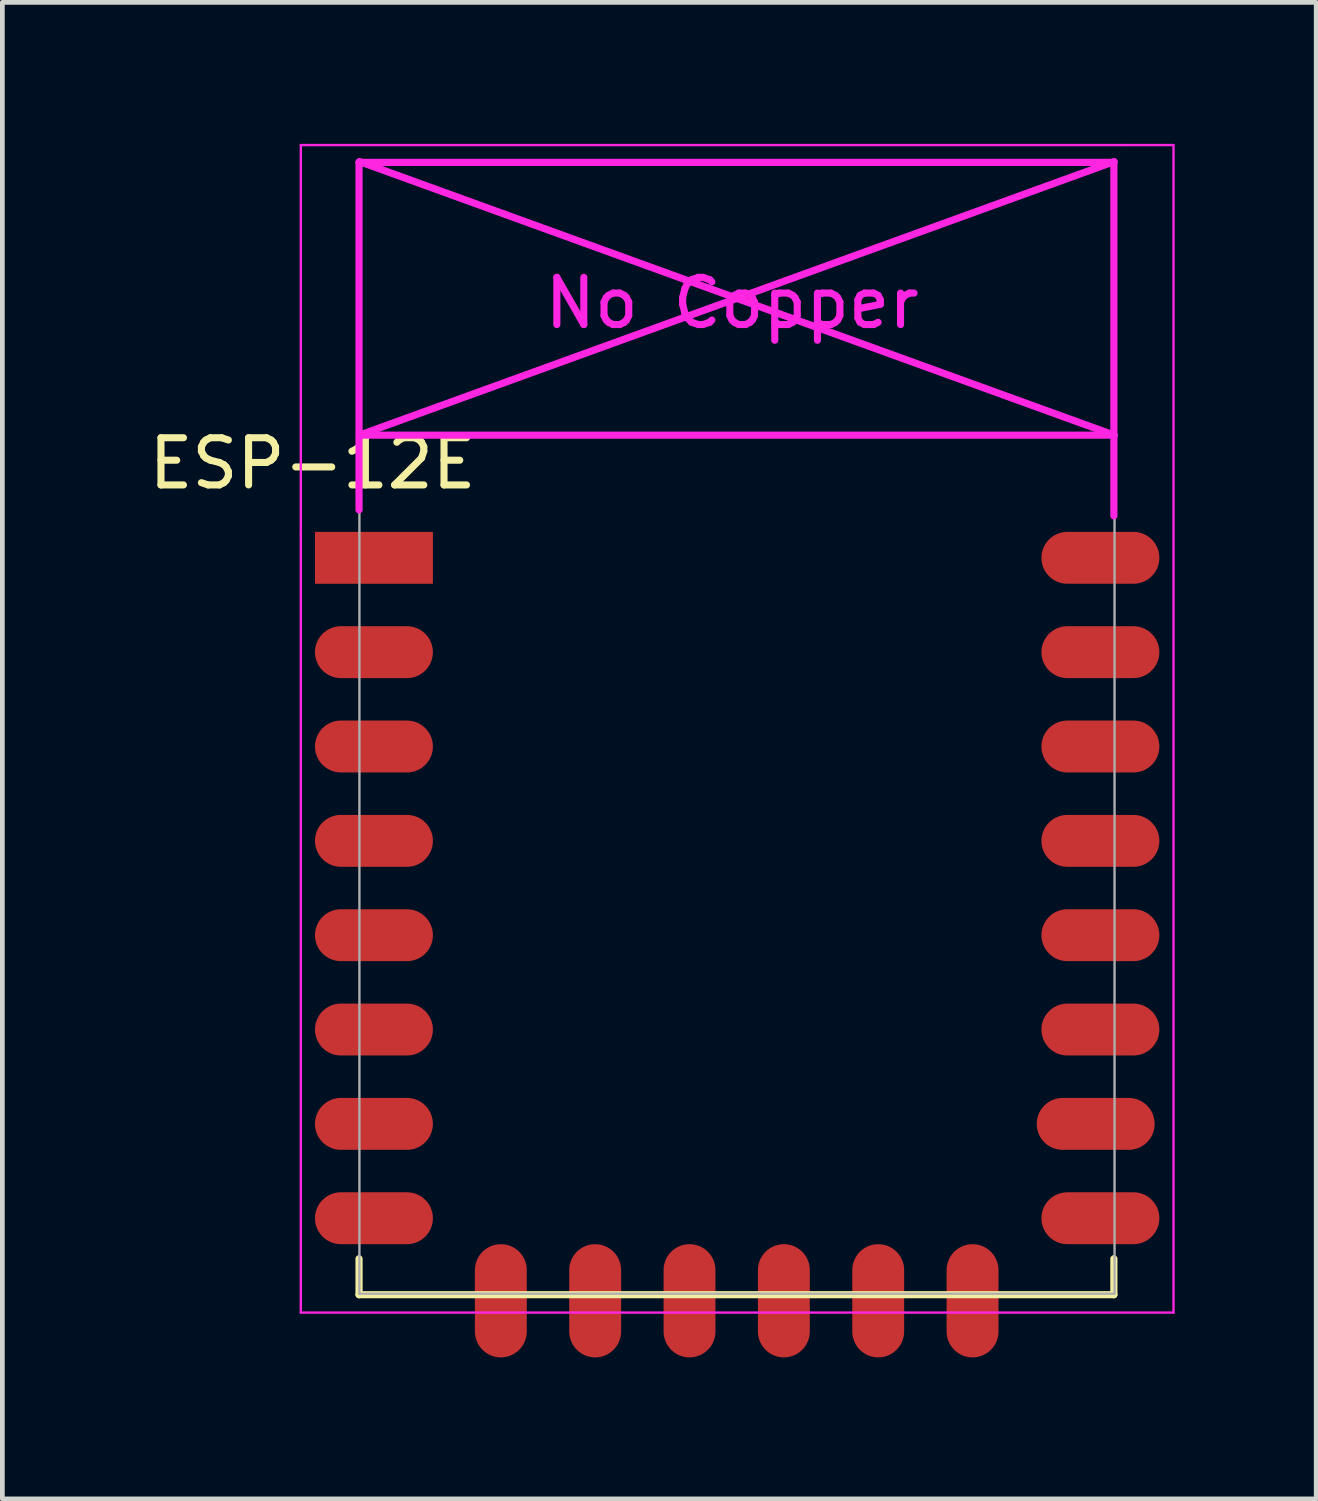
<source format=kicad_pcb>
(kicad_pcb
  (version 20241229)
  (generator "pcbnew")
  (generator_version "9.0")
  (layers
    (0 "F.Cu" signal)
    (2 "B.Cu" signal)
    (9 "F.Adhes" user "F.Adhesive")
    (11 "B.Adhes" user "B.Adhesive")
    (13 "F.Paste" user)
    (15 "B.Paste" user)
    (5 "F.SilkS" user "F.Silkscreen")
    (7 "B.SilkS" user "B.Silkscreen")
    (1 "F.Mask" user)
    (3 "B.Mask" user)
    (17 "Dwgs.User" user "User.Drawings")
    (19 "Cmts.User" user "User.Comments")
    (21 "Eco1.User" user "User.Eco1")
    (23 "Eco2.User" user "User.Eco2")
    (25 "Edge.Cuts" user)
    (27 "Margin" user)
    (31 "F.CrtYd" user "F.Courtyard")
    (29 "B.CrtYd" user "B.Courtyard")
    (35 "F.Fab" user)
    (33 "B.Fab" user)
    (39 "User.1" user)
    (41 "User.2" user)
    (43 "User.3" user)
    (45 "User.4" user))
  (footprint "ESP-12E"
    (layer "F.Cu")
    (at 5.577 8.775)
    (property "Reference" "ESP-12E" (at -2 -2 0) (layer "F.SilkS") (effects (font (size 1 1) (thickness 0.15))))
    (attr through_hole)
    (fp_line (start -1.016 14.859) (end -1.016 15.621) (stroke (width 0.152) (type solid)) (layer "F.SilkS"))
    (fp_line (start -1.016 15.621) (end 14.986 15.621) (stroke (width 0.152) (type solid)) (layer "F.SilkS"))
    (fp_line (start 14.986 15.621) (end 14.986 14.859) (stroke (width 0.152) (type solid)) (layer "F.SilkS"))
    (fp_line (start -2.25 -8.75) (end 15.25 -8.75) (stroke (width 0.05) (type solid)) (layer "F.CrtYd"))
    (fp_line (start -2.25 -0.5) (end -2.25 -8.75) (stroke (width 0.05) (type solid)) (layer "F.CrtYd"))
    (fp_line (start -2.25 16) (end -2.25 -0.5) (stroke (width 0.05) (type solid)) (layer "F.CrtYd"))
    (fp_line (start -1.016 -8.382) (end -1.016 -1.016) (stroke (width 0.152) (type solid)) (layer "F.CrtYd"))
    (fp_line (start -1.016 -8.382) (end 14.986 -8.382) (stroke (width 0.152) (type solid)) (layer "F.CrtYd"))
    (fp_line (start -1.008 -8.4) (end 14.992 -2.6) (stroke (width 0.152) (type solid)) (layer "F.CrtYd"))
    (fp_line (start -1.008 -2.6) (end 14.992 -2.6) (stroke (width 0.152) (type solid)) (layer "F.CrtYd"))
    (fp_line (start 14.986 -8.382) (end 14.986 -0.889) (stroke (width 0.152) (type solid)) (layer "F.CrtYd"))
    (fp_line (start 14.992 -8.4) (end -1.008 -2.6) (stroke (width 0.152) (type solid)) (layer "F.CrtYd"))
    (fp_line (start 15.25 -8.75) (end 16.25 -8.75) (stroke (width 0.05) (type solid)) (layer "F.CrtYd"))
    (fp_line (start 16.25 -8.75) (end 16.25 16) (stroke (width 0.05) (type solid)) (layer "F.CrtYd"))
    (fp_line (start 16.25 16) (end -2.25 16) (stroke (width 0.05) (type solid)) (layer "F.CrtYd"))
    (fp_line (start -1.008 -8.4) (end 14.992 -8.4) (stroke (width 0.05) (type solid)) (layer "F.Fab"))
    (fp_line (start -1.008 15.6) (end -1.008 -8.4) (stroke (width 0.05) (type solid)) (layer "F.Fab"))
    (fp_line (start 14.992 15.6) (end -1.008 15.6) (stroke (width 0.05) (type solid)) (layer "F.Fab"))
    (fp_line (start 15 -8.4) (end 15 15.6) (stroke (width 0.05) (type solid)) (layer "F.Fab"))
    (fp_text user "No Copper" (at 6.892 -5.4 0) (layer "F.CrtYd") (effects (font (size 1 1) (thickness 0.15))))
    (pad "1" smd rect (at 0 0) (size 2.5 1.1) (drill (offset -0.7 0)) (layers "F.Cu" "F.Mask" "F.Paste"))
    (pad "2" smd oval (at 0 2) (size 2.5 1.1) (drill (offset -0.7 0)) (layers "F.Cu" "F.Mask" "F.Paste"))
    (pad "3" smd oval (at 0 4) (size 2.5 1.1) (drill (offset -0.7 0)) (layers "F.Cu" "F.Mask" "F.Paste"))
    (pad "4" smd oval (at 0 6) (size 2.5 1.1) (drill (offset -0.7 0)) (layers "F.Cu" "F.Mask" "F.Paste"))
    (pad "5" smd oval (at 0 8) (size 2.5 1.1) (drill (offset -0.7 0)) (layers "F.Cu" "F.Mask" "F.Paste"))
    (pad "6" smd oval (at 0 10) (size 2.5 1.1) (drill (offset -0.7 0)) (layers "F.Cu" "F.Mask" "F.Paste"))
    (pad "7" smd oval (at 0 12) (size 2.5 1.1) (drill (offset -0.7 0)) (layers "F.Cu" "F.Mask" "F.Paste"))
    (pad "8" smd oval (at 0 14) (size 2.5 1.1) (drill (offset -0.7 0)) (layers "F.Cu" "F.Mask" "F.Paste"))
    (pad "9" smd oval (at 14 14) (size 2.5 1.1) (drill (offset 0.7 0)) (layers "F.Cu" "F.Mask" "F.Paste"))
    (pad "10" smd oval (at 14 12) (size 2.5 1.1) (drill (offset 0.6 0)) (layers "F.Cu" "F.Mask" "F.Paste"))
    (pad "11" smd oval (at 14 10) (size 2.5 1.1) (drill (offset 0.7 0)) (layers "F.Cu" "F.Mask" "F.Paste"))
    (pad "12" smd oval (at 14 8) (size 2.5 1.1) (drill (offset 0.7 0)) (layers "F.Cu" "F.Mask" "F.Paste"))
    (pad "13" smd oval (at 14 6) (size 2.5 1.1) (drill (offset 0.7 0)) (layers "F.Cu" "F.Mask" "F.Paste"))
    (pad "14" smd oval (at 14 4) (size 2.5 1.1) (drill (offset 0.7 0)) (layers "F.Cu" "F.Mask" "F.Paste"))
    (pad "15" smd oval (at 14 2) (size 2.5 1.1) (drill (offset 0.7 0)) (layers "F.Cu" "F.Mask" "F.Paste"))
    (pad "16" smd oval (at 14 0) (size 2.5 1.1) (drill (offset 0.7 0)) (layers "F.Cu" "F.Mask" "F.Paste"))
    (pad "17" smd oval (at 1.99 15.75 90) (size 2.4 1.1) (layers "F.Cu" "F.Mask" "F.Paste"))
    (pad "18" smd oval (at 3.99 15.75 90) (size 2.4 1.1) (layers "F.Cu" "F.Mask" "F.Paste"))
    (pad "19" smd oval (at 5.99 15.75 90) (size 2.4 1.1) (layers "F.Cu" "F.Mask" "F.Paste"))
    (pad "20" smd oval (at 7.99 15.75 90) (size 2.4 1.1) (layers "F.Cu" "F.Mask" "F.Paste"))
    (pad "21" smd oval (at 9.99 15.75 90) (size 2.4 1.1) (layers "F.Cu" "F.Mask" "F.Paste"))
    (pad "22" smd oval (at 11.99 15.75 90) (size 2.4 1.1) (layers "F.Cu" "F.Mask" "F.Paste")))
  (gr_rect
    (start -3 -3)
    (end 24.852 28.725)
    (stroke (width 0.1) (type default))
    (fill no)
    (layer "Edge.Cuts")))
</source>
